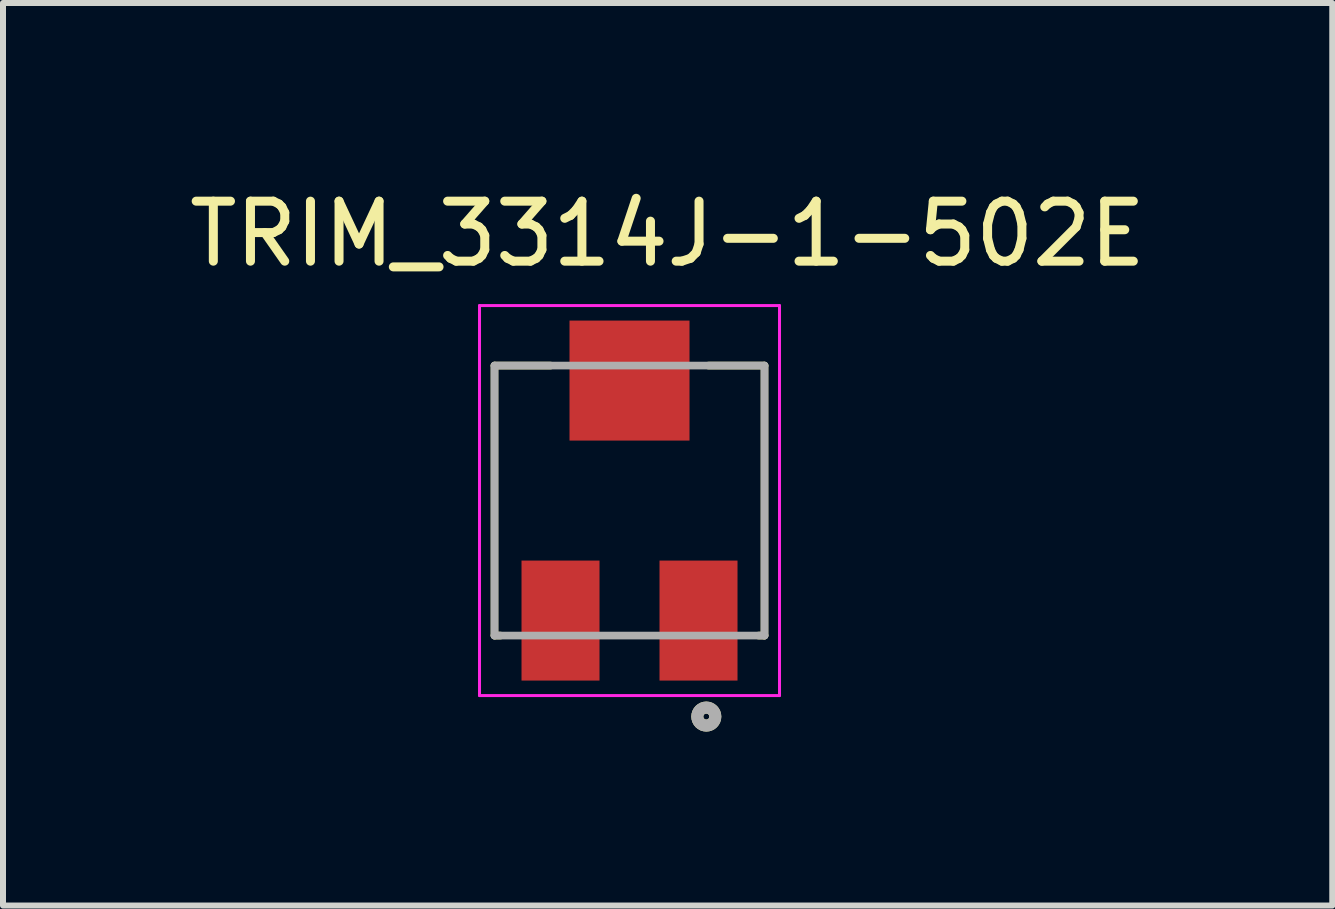
<source format=kicad_pcb>
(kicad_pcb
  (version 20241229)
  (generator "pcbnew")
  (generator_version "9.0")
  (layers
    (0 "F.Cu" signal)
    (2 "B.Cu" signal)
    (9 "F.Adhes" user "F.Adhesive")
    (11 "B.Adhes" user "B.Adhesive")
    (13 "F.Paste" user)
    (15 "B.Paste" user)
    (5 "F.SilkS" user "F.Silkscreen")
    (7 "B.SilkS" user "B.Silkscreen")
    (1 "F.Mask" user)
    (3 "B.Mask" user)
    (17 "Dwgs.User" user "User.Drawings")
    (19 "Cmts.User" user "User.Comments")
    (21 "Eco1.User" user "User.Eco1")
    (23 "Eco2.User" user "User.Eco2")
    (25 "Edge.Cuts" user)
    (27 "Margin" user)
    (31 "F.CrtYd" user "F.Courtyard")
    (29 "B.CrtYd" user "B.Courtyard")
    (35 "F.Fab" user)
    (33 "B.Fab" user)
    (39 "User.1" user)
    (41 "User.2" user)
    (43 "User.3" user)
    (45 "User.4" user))
  (footprint "TRIM_3314J-1-502E"
    (layer "F.Cu")
    (at 7.442 5.293)
    (property "Reference" "TRIM_3314J-1-502E" (at 0.635 -4.445 0) (layer "F.SilkS") (effects (font (size 1 1) (thickness 0.15))))
    (attr smd)
    (fp_line (start -2.25 -2.25) (end -2.25 2.25) (stroke (width 0.127) (type solid)) (layer "F.SilkS"))
    (fp_line (start -2.25 2.25) (end -2.15 2.25) (stroke (width 0.127) (type solid)) (layer "F.SilkS"))
    (fp_line (start -1.315 -2.25) (end -2.25 -2.25) (stroke (width 0.127) (type solid)) (layer "F.SilkS"))
    (fp_line (start 2.15 2.25) (end 2.25 2.25) (stroke (width 0.127) (type solid)) (layer "F.SilkS"))
    (fp_line (start 2.25 -2.25) (end 1.315 -2.25) (stroke (width 0.127) (type solid)) (layer "F.SilkS"))
    (fp_line (start 2.25 2.25) (end 2.25 -2.25) (stroke (width 0.127) (type solid)) (layer "F.SilkS"))
    (fp_circle (center 1.28 3.6) (end 1.33 3.6) (stroke (width 0.2) (type solid)) (fill no) (layer "F.SilkS"))
    (fp_line (start -2.5 -3.25) (end 2.5 -3.25) (stroke (width 0.05) (type solid)) (layer "F.CrtYd"))
    (fp_line (start -2.5 3.25) (end -2.5 -3.25) (stroke (width 0.05) (type solid)) (layer "F.CrtYd"))
    (fp_line (start 2.5 -3.25) (end 2.5 3.25) (stroke (width 0.05) (type solid)) (layer "F.CrtYd"))
    (fp_line (start 2.5 3.25) (end -2.5 3.25) (stroke (width 0.05) (type solid)) (layer "F.CrtYd"))
    (fp_line (start -2.25 -2.25) (end 2.25 -2.25) (stroke (width 0.127) (type solid)) (layer "F.Fab"))
    (fp_line (start -2.25 2.25) (end -2.25 -2.25) (stroke (width 0.127) (type solid)) (layer "F.Fab"))
    (fp_line (start 2.25 -2.25) (end 2.25 2.25) (stroke (width 0.127) (type solid)) (layer "F.Fab"))
    (fp_line (start 2.25 2.25) (end -2.25 2.25) (stroke (width 0.127) (type solid)) (layer "F.Fab"))
    (fp_circle (center 1.28 3.6) (end 1.33 3.6) (stroke (width 0.2) (type solid)) (fill no) (layer "F.Fab"))
    (pad "1" smd rect (at 1.15 2) (size 1.3 2) (layers "F.Cu" "F.Mask" "F.Paste"))
    (pad "2" smd rect (at 0 -2) (size 2 2) (layers "F.Cu" "F.Mask" "F.Paste"))
    (pad "3" smd rect (at -1.15 2) (size 1.3 2) (layers "F.Cu" "F.Mask" "F.Paste")))
  (gr_rect
    (start -3 -3)
    (end 19.155 12.043)
    (stroke (width 0.1) (type default))
    (fill no)
    (layer "Edge.Cuts")))
</source>
